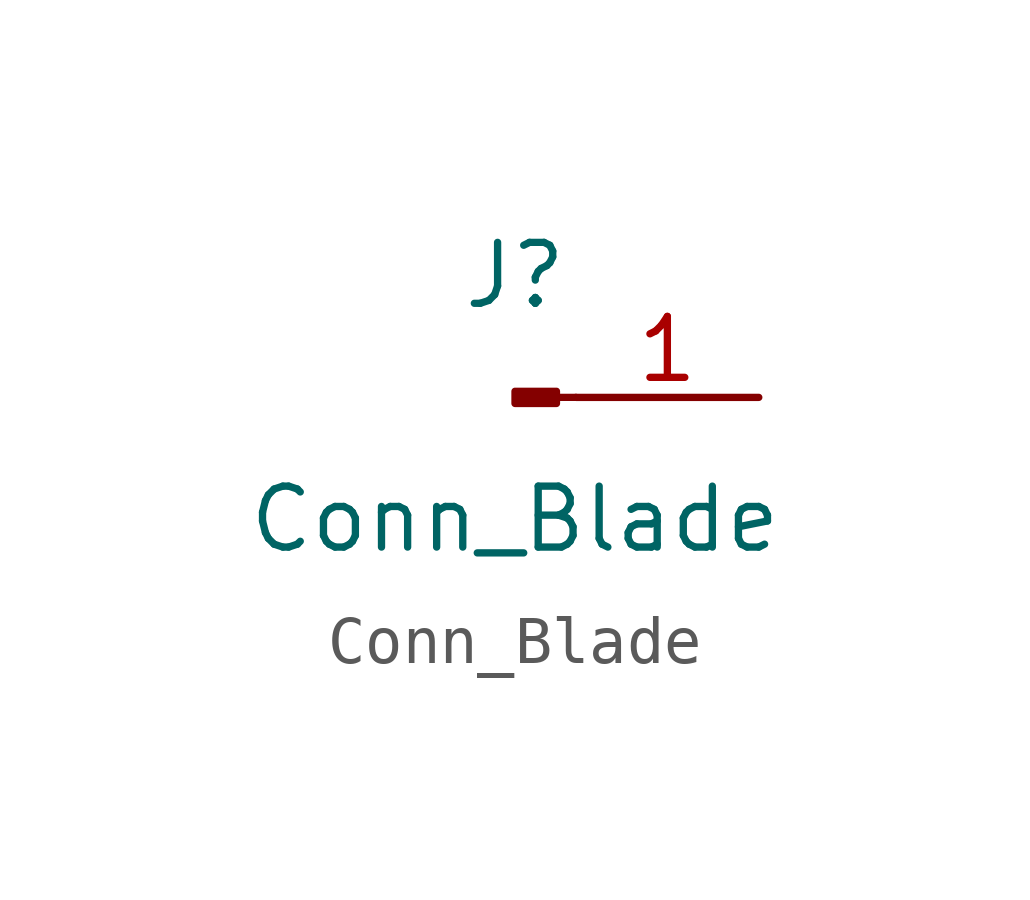
<source format=kicad_sym>
(kicad_symbol_lib
  (version 20241209)
  (generator "kicad_symbol_editor")
  (generator_version "9.0")
  (symbol "Conn_Blade"
    (pin_names
      (offset 1.016)
      (hide yes))
    (property "Reference" "J"
      (at 0 2.54 0)
      (effects (font (size 1.27 1.27))))
    (property "Value" "Conn_Blade"
      (at 0 -2.54 0)
      (effects (font (size 1.27 1.27))))
    (symbol "Conn_Blade_1_1"
      (rectangle (start 0.864 0.127) (end 0 -0.127) (stroke (width 0.152) (type default)) (fill (type outline)))
      (polyline (pts (xy 1.27 0) (xy 0.864 0)) (stroke (width 0.152) (type default)) (fill (type none)))
      (pin passive line (at 5.08 0 180) (length 3.81) (name "Pin_1" (effects (font (size 1.27 1.27)))) (number "1" (effects (font (size 1.27 1.27))))))))
</source>
